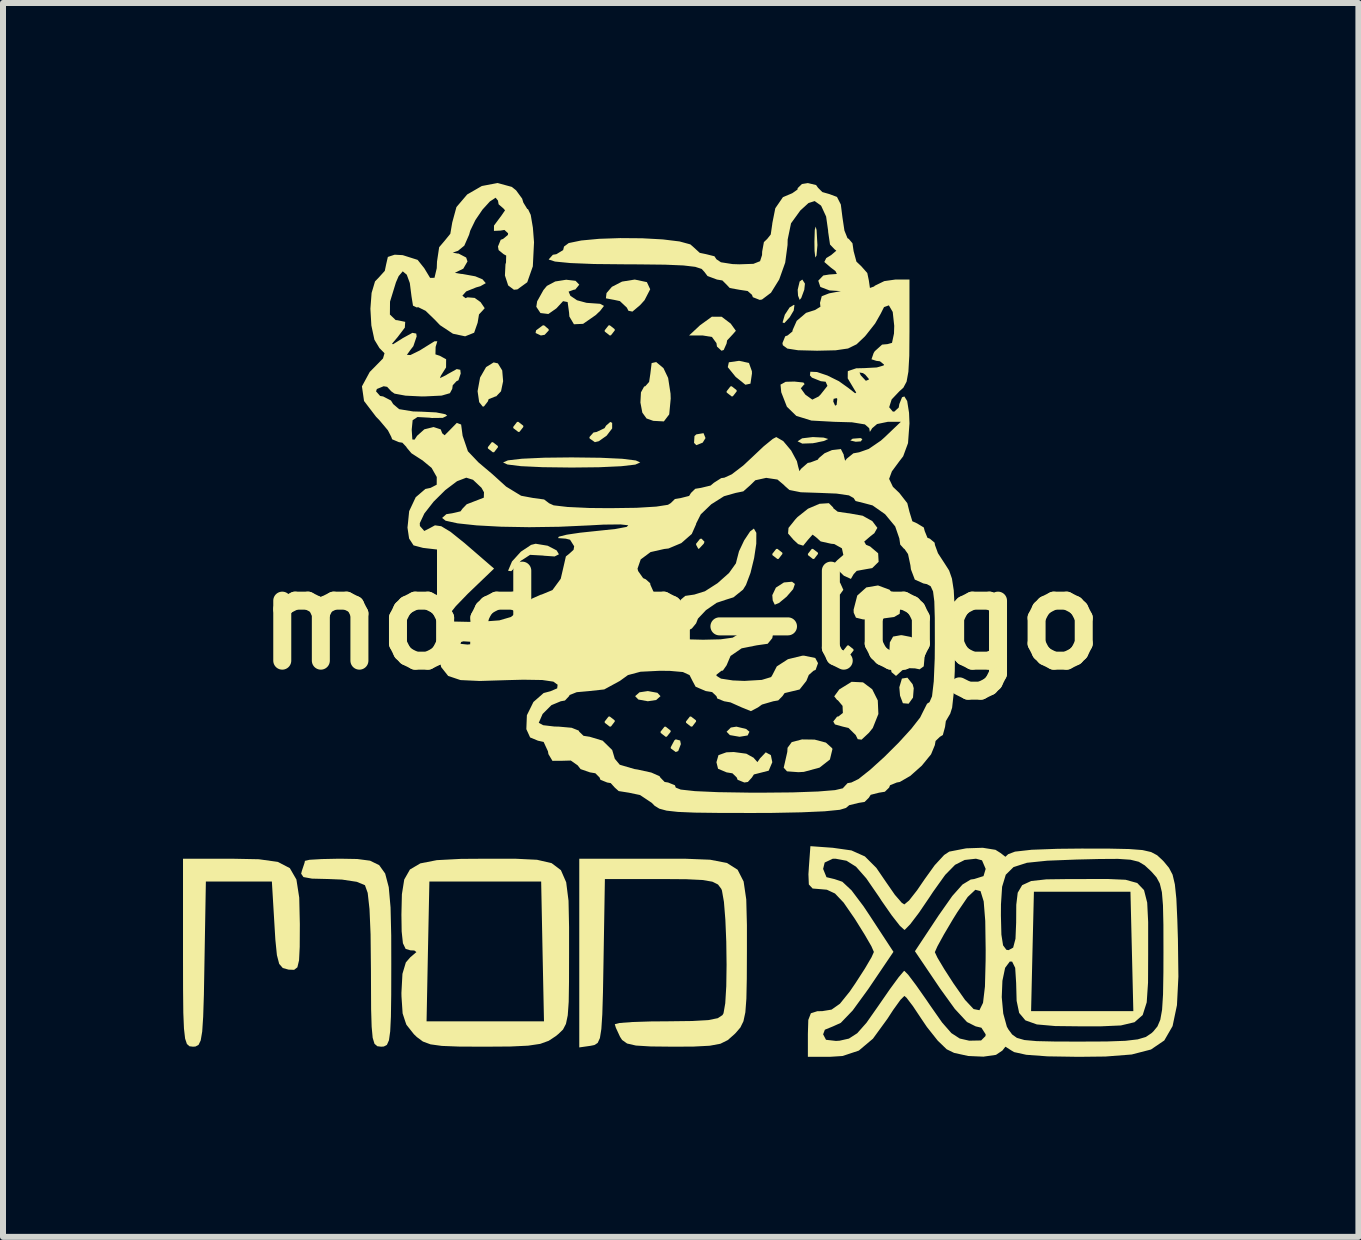
<source format=kicad_pcb>
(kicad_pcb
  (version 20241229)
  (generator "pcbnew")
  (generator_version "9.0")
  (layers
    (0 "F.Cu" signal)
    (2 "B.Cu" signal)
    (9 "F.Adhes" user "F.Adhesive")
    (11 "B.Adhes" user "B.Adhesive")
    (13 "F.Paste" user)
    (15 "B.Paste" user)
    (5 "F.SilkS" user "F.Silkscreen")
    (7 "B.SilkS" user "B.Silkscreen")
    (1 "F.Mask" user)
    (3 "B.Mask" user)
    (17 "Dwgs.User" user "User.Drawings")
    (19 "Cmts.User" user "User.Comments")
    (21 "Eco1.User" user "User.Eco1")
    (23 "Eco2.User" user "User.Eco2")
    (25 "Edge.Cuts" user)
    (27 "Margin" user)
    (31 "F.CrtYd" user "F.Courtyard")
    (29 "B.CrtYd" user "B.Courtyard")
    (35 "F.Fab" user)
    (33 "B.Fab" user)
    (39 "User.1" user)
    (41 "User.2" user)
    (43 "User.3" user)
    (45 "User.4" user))
  (footprint "modxo-logo"
    (layer "F.Cu")
    (at 8.297 7.282)
    (property "Reference" "modxo-logo" (at 0 0 0) (layer "F.SilkS") (effects (font (size 1.5 1.5) (thickness 0.3))))
    (attr board_only exclude_from_pos_files exclude_from_bom)
    (fp_poly (pts (xy 3.025 -3.014) (xy 3 -2.976) (xy 2.914 -2.97) (xy 2.824 -2.991) (xy 2.863 -3.021) (xy 2.995 -3.031)) (stroke (width 0) (type solid)) (fill yes) (layer "F.SilkS"))
    (fp_poly (pts (xy 0.411 -3.031) (xy 0.364 -2.955) (xy 0.258 -2.913) (xy 0.22 -2.95) (xy 0.227 -3.065) (xy 0.258 -3.093) (xy 0.378 -3.113)) (stroke (width 0) (type solid)) (fill yes) (layer "F.SilkS"))
    (fp_poly (pts (xy -3.05 -2.899) (xy -3.048 -2.879) (xy -3.112 -2.796) (xy -3.133 -2.794) (xy -3.215 -2.858) (xy -3.217 -2.879) (xy -3.153 -2.961) (xy -3.133 -2.963)) (stroke (width 0) (type solid)) (fill yes) (layer "F.SilkS"))
    (fp_poly (pts (xy -2.627 -3.238) (xy -2.625 -3.217) (xy -2.689 -3.135) (xy -2.709 -3.133) (xy -2.792 -3.197) (xy -2.794 -3.217) (xy -2.73 -3.3) (xy -2.709 -3.302)) (stroke (width 0) (type solid)) (fill yes) (layer "F.SilkS"))
    (fp_poly (pts (xy -2.204 -4.846) (xy -2.201 -4.826) (xy -2.27 -4.752) (xy -2.333 -4.741) (xy -2.421 -4.782) (xy -2.413 -4.826) (xy -2.305 -4.907) (xy -2.281 -4.911)) (stroke (width 0) (type solid)) (fill yes) (layer "F.SilkS"))
    (fp_poly (pts (xy -1.103 -4.846) (xy -1.101 -4.826) (xy -1.165 -4.744) (xy -1.185 -4.741) (xy -1.268 -4.806) (xy -1.27 -4.826) (xy -1.206 -4.908) (xy -1.185 -4.911)) (stroke (width 0) (type solid)) (fill yes) (layer "F.SilkS"))
    (fp_poly (pts (xy -1.103 1.673) (xy -1.101 1.693) (xy -1.165 1.776) (xy -1.185 1.778) (xy -1.268 1.714) (xy -1.27 1.693) (xy -1.206 1.611) (xy -1.185 1.609)) (stroke (width 0) (type solid)) (fill yes) (layer "F.SilkS"))
    (fp_poly (pts (xy -0.391 1.214) (xy -0.339 1.27) (xy -0.411 1.334) (xy -0.55 1.355) (xy -0.709 1.326) (xy -0.762 1.27) (xy -0.69 1.206) (xy -0.55 1.185)) (stroke (width 0) (type solid)) (fill yes) (layer "F.SilkS"))
    (fp_poly (pts (xy -0.172 1.842) (xy -0.169 1.863) (xy -0.234 1.945) (xy -0.254 1.947) (xy -0.336 1.883) (xy -0.339 1.863) (xy -0.274 1.78) (xy -0.254 1.778)) (stroke (width 0) (type solid)) (fill yes) (layer "F.SilkS"))
    (fp_poly (pts (xy -0.012 2.009) (xy 0 2.069) (xy -0.044 2.185) (xy -0.085 2.201) (xy -0.167 2.141) (xy -0.169 2.122) (xy -0.108 2.007) (xy -0.085 1.99)) (stroke (width 0) (type solid)) (fill yes) (layer "F.SilkS"))
    (fp_poly (pts (xy 0.252 1.673) (xy 0.254 1.693) (xy 0.19 1.776) (xy 0.169 1.778) (xy 0.087 1.714) (xy 0.085 1.693) (xy 0.149 1.611) (xy 0.169 1.609)) (stroke (width 0) (type solid)) (fill yes) (layer "F.SilkS"))
    (fp_poly (pts (xy 0.394 -1.303) (xy 0.381 -1.27) (xy 0.305 -1.189) (xy 0.291 -1.185) (xy 0.255 -1.251) (xy 0.254 -1.27) (xy 0.319 -1.351) (xy 0.344 -1.355)) (stroke (width 0) (type solid)) (fill yes) (layer "F.SilkS"))
    (fp_poly (pts (xy 0.929 -3.83) (xy 0.931 -3.81) (xy 0.867 -3.728) (xy 0.847 -3.725) (xy 0.764 -3.79) (xy 0.762 -3.81) (xy 0.826 -3.892) (xy 0.847 -3.895)) (stroke (width 0) (type solid)) (fill yes) (layer "F.SilkS"))
    (fp_poly (pts (xy 1.088 1.817) (xy 1.143 1.863) (xy 1.113 1.925) (xy 0.979 1.947) (xy 0.817 1.919) (xy 0.762 1.863) (xy 0.833 1.793) (xy 0.926 1.778)) (stroke (width 0) (type solid)) (fill yes) (layer "F.SilkS"))
    (fp_poly (pts (xy 1.691 -1.121) (xy 1.693 -1.101) (xy 1.629 -1.018) (xy 1.609 -1.016) (xy 1.526 -1.08) (xy 1.524 -1.101) (xy 1.588 -1.183) (xy 1.609 -1.185)) (stroke (width 0) (type solid)) (fill yes) (layer "F.SilkS"))
    (fp_poly (pts (xy 1.893 -5.247) (xy 1.881 -5.157) (xy 1.813 -5.043) (xy 1.724 -4.947) (xy 1.695 -4.958) (xy 1.733 -5.087) (xy 1.812 -5.208) (xy 1.885 -5.252)) (stroke (width 0) (type solid)) (fill yes) (layer "F.SilkS"))
    (fp_poly (pts (xy 2.068 -5.605) (xy 2.057 -5.503) (xy 2.007 -5.367) (xy 1.98 -5.334) (xy 1.953 -5.405) (xy 1.947 -5.503) (xy 1.98 -5.641) (xy 2.024 -5.673)) (stroke (width 0) (type solid)) (fill yes) (layer "F.SilkS"))
    (fp_poly (pts (xy 2.262 -6.497) (xy 2.276 -6.247) (xy 2.261 -6.074) (xy 2.241 -6.04) (xy 2.228 -6.151) (xy 2.226 -6.308) (xy 2.232 -6.5) (xy 2.247 -6.556)) (stroke (width 0) (type solid)) (fill yes) (layer "F.SilkS"))
    (fp_poly (pts (xy 2.284 -1.121) (xy 2.286 -1.101) (xy 2.222 -1.018) (xy 2.201 -1.016) (xy 2.119 -1.08) (xy 2.117 -1.101) (xy 2.181 -1.183) (xy 2.201 -1.185)) (stroke (width 0) (type solid)) (fill yes) (layer "F.SilkS"))
    (fp_poly (pts (xy 2.655 -0.619) (xy 2.708 -0.502) (xy 2.653 -0.426) (xy 2.63 -0.423) (xy 2.514 -0.485) (xy 2.501 -0.502) (xy 2.505 -0.603) (xy 2.595 -0.646)) (stroke (width 0) (type solid)) (fill yes) (layer "F.SilkS"))
    (fp_poly (pts (xy 2.876 0.488) (xy 2.879 0.508) (xy 2.814 0.59) (xy 2.794 0.593) (xy 2.712 0.528) (xy 2.709 0.508) (xy 2.774 0.426) (xy 2.794 0.423)) (stroke (width 0) (type solid)) (fill yes) (layer "F.SilkS"))
    (fp_poly (pts (xy 1.901 -0.6) (xy 1.871 -0.513) (xy 1.763 -0.388) (xy 1.636 -0.283) (xy 1.565 -0.254) (xy 1.531 -0.325) (xy 1.524 -0.413) (xy 1.584 -0.539) (xy 1.718 -0.625) (xy 1.853 -0.637)) (stroke (width 0) (type solid)) (fill yes) (layer "F.SilkS"))
    (fp_poly (pts (xy 3.863 1.072) (xy 3.881 1.138) (xy 3.869 1.294) (xy 3.796 1.396) (xy 3.702 1.388) (xy 3.699 1.384) (xy 3.653 1.262) (xy 3.641 1.122) (xy 3.684 0.977) (xy 3.776 0.962)) (stroke (width 0) (type solid)) (fill yes) (layer "F.SilkS"))
    (fp_poly (pts (xy 1.135 -4.283) (xy 1.184 -4.145) (xy 1.185 -4.106) (xy 1.16 -3.938) (xy 1.076 -3.92) (xy 0.917 -4.048) (xy 0.91 -4.055) (xy 0.782 -4.213) (xy 0.8 -4.294) (xy 0.966 -4.318) (xy 0.974 -4.318)) (stroke (width 0) (type solid)) (fill yes) (layer "F.SilkS"))
    (fp_poly (pts (xy -1.145 -3.285) (xy -1.145 -3.192) (xy -1.237 -3.071) (xy -1.367 -2.979) (xy -1.433 -2.963) (xy -1.52 -3.024) (xy -1.524 -3.048) (xy -1.456 -3.124) (xy -1.404 -3.133) (xy -1.272 -3.196) (xy -1.246 -3.239) (xy -1.176 -3.3)) (stroke (width 0) (type solid)) (fill yes) (layer "F.SilkS"))
    (fp_poly (pts (xy 2.38 -3.039) (xy 2.455 -3.016) (xy 2.455 -3.015) (xy 2.382 -2.982) (xy 2.205 -2.946) (xy 2.201 -2.945) (xy 2.024 -2.939) (xy 1.947 -2.976) (xy 1.947 -2.978) (xy 2.021 -3.027) (xy 2.198 -3.048) (xy 2.201 -3.048)) (stroke (width 0) (type solid)) (fill yes) (layer "F.SilkS"))
    (fp_poly (pts (xy -0.566 -5.63) (xy -0.511 -5.511) (xy -0.605 -5.329) (xy -0.679 -5.247) (xy -0.807 -5.139) (xy -0.874 -5.153) (xy -0.9 -5.205) (xy -1.016 -5.314) (xy -1.11 -5.334) (xy -1.249 -5.36) (xy -1.239 -5.448) (xy -1.149 -5.552) (xy -0.98 -5.639) (xy -0.768 -5.673)) (stroke (width 0) (type solid)) (fill yes) (layer "F.SilkS"))
    (fp_poly (pts (xy 3.478 -0.504) (xy 3.619 -0.325) (xy 3.655 -0.203) (xy 3.647 -0.103) (xy 3.554 -0.049) (xy 3.336 -0.02) (xy 3.281 -0.017) (xy 3.037 -0.009) (xy 2.918 -0.038) (xy 2.881 -0.121) (xy 2.879 -0.171) (xy 2.94 -0.407) (xy 3.091 -0.542) (xy 3.286 -0.575)) (stroke (width 0) (type solid)) (fill yes) (layer "F.SilkS"))
    (fp_poly (pts (xy 0.68 -5.053) (xy 0.831 -4.939) (xy 0.917 -4.819) (xy 0.867 -4.762) (xy 0.771 -4.659) (xy 0.762 -4.607) (xy 0.714 -4.499) (xy 0.677 -4.487) (xy 0.602 -4.556) (xy 0.593 -4.614) (xy 0.518 -4.716) (xy 0.365 -4.741) (xy 0.137 -4.741) (xy 0.319 -4.911) (xy 0.517 -5.054)) (stroke (width 0) (type solid)) (fill yes) (layer "F.SilkS"))
    (fp_poly (pts (xy 2.229 1.994) (xy 2.417 2.044) (xy 2.522 2.138) (xy 2.526 2.154) (xy 2.484 2.326) (xy 2.312 2.461) (xy 2.049 2.532) (xy 1.959 2.537) (xy 1.769 2.523) (xy 1.714 2.462) (xy 1.727 2.406) (xy 1.774 2.199) (xy 1.778 2.131) (xy 1.848 2.036) (xy 2.019 1.991)) (stroke (width 0) (type solid)) (fill yes) (layer "F.SilkS"))
    (fp_poly (pts (xy -3.049 -4.276) (xy -2.977 -4.158) (xy -2.962 -3.979) (xy -2.997 -3.811) (xy -3.078 -3.726) (xy -3.09 -3.725) (xy -3.203 -3.68) (xy -3.217 -3.641) (xy -3.282 -3.558) (xy -3.302 -3.556) (xy -3.361 -3.63) (xy -3.387 -3.808) (xy -3.387 -3.816) (xy -3.346 -4.04) (xy -3.246 -4.214) (xy -3.12 -4.292)) (stroke (width 0) (type solid)) (fill yes) (layer "F.SilkS"))
    (fp_poly (pts (xy -2.22 -1.237) (xy -2.07 -1.159) (xy -2.032 -1.094) (xy -2.104 -1.058) (xy -2.278 -1.07) (xy -2.297 -1.073) (xy -2.513 -1.085) (xy -2.665 -0.987) (xy -2.719 -0.923) (xy -2.826 -0.813) (xy -2.876 -0.818) (xy -2.877 -0.826) (xy -2.814 -0.975) (xy -2.666 -1.138) (xy -2.496 -1.251) (xy -2.42 -1.27)) (stroke (width 0) (type solid)) (fill yes) (layer "F.SilkS"))
    (fp_poly (pts (xy -1.338 -2.703) (xy -0.975 -2.686) (xy -0.75 -2.658) (xy -0.677 -2.625) (xy -0.759 -2.589) (xy -0.993 -2.562) (xy -1.364 -2.545) (xy -1.82 -2.54) (xy -2.303 -2.546) (xy -2.666 -2.563) (xy -2.891 -2.591) (xy -2.963 -2.625) (xy -2.882 -2.66) (xy -2.647 -2.687) (xy -2.277 -2.704) (xy -1.82 -2.709)) (stroke (width 0) (type solid)) (fill yes) (layer "F.SilkS"))
    (fp_poly (pts (xy -0.29 -4.197) (xy -0.212 -4.033) (xy -0.172 -3.772) (xy -0.169 -3.689) (xy -0.194 -3.426) (xy -0.283 -3.309) (xy -0.459 -3.318) (xy -0.572 -3.358) (xy -0.642 -3.455) (xy -0.674 -3.624) (xy -0.665 -3.793) (xy -0.612 -3.89) (xy -0.593 -3.895) (xy -0.529 -3.967) (xy -0.508 -4.106) (xy -0.487 -4.281) (xy -0.411 -4.298)) (stroke (width 0) (type solid)) (fill yes) (layer "F.SilkS"))
    (fp_poly (pts (xy 3.842 0.285) (xy 3.895 0.344) (xy 3.947 0.394) (xy 3.979 0.381) (xy 4.039 0.414) (xy 4.064 0.58) (xy 4.064 0.593) (xy 4.048 0.773) (xy 3.979 0.823) (xy 3.902 0.807) (xy 3.746 0.802) (xy 3.685 0.843) (xy 3.586 0.933) (xy 3.511 0.87) (xy 3.473 0.67) (xy 3.471 0.593) (xy 3.483 0.374) (xy 3.537 0.277) (xy 3.665 0.254) (xy 3.683 0.254)) (stroke (width 0) (type solid)) (fill yes) (layer "F.SilkS"))
    (fp_poly (pts (xy 3.036 1.04) (xy 3.189 1.155) (xy 3.282 1.341) (xy 3.292 1.567) (xy 3.199 1.8) (xy 3.135 1.88) (xy 3.012 1.995) (xy 2.948 1.987) (xy 2.914 1.918) (xy 2.794 1.8) (xy 2.7 1.778) (xy 2.568 1.741) (xy 2.54 1.693) (xy 2.604 1.611) (xy 2.625 1.609) (xy 2.7 1.55) (xy 2.695 1.432) (xy 2.616 1.338) (xy 2.604 1.334) (xy 2.556 1.273) (xy 2.641 1.157) (xy 2.846 1.031)) (stroke (width 0) (type solid)) (fill yes) (layer "F.SilkS"))
    (fp_poly (pts (xy 1.091 2.229) (xy 1.215 2.298) (xy 1.221 2.307) (xy 1.276 2.369) (xy 1.319 2.307) (xy 1.415 2.206) (xy 1.5 2.253) (xy 1.524 2.371) (xy 1.464 2.512) (xy 1.355 2.54) (xy 1.217 2.575) (xy 1.185 2.625) (xy 1.117 2.7) (xy 1.058 2.709) (xy 0.946 2.664) (xy 0.931 2.625) (xy 0.86 2.556) (xy 0.762 2.54) (xy 0.62 2.48) (xy 0.593 2.371) (xy 0.627 2.253) (xy 0.759 2.206) (xy 0.882 2.201)) (stroke (width 0) (type solid)) (fill yes) (layer "F.SilkS"))
    (fp_poly (pts (xy -1.755 -5.652) (xy -1.693 -5.588) (xy -1.759 -5.507) (xy -1.785 -5.503) (xy -1.871 -5.472) (xy -1.841 -5.402) (xy -1.731 -5.328) (xy -1.576 -5.286) (xy -1.56 -5.284) (xy -1.346 -5.269) (xy -1.281 -5.234) (xy -1.345 -5.151) (xy -1.42 -5.08) (xy -1.629 -4.935) (xy -1.782 -4.928) (xy -1.858 -5.057) (xy -1.863 -5.122) (xy -1.887 -5.298) (xy -1.963 -5.313) (xy -2.074 -5.193) (xy -2.208 -5.099) (xy -2.34 -5.115) (xy -2.409 -5.219) (xy -2.395 -5.31) (xy -2.29 -5.498) (xy -2.233 -5.567) (xy -2.094 -5.641) (xy -1.911 -5.67)) (stroke (width 0) (type solid)) (fill yes) (layer "F.SilkS"))
    (fp_poly (pts (xy -7.034 3.988) (xy -6.718 4.032) (xy -6.517 4.136) (xy -6.407 4.326) (xy -6.36 4.628) (xy -6.35 5.066) (xy -6.35 5.086) (xy -6.352 5.448) (xy -6.363 5.672) (xy -6.391 5.789) (xy -6.445 5.831) (xy -6.532 5.828) (xy -6.54 5.827) (xy -6.634 5.801) (xy -6.694 5.732) (xy -6.732 5.586) (xy -6.758 5.328) (xy -6.773 5.08) (xy -6.816 4.36) (xy -7.366 4.36) (xy -7.916 4.36) (xy -7.94 5.736) (xy -7.949 6.248) (xy -7.961 6.614) (xy -7.977 6.859) (xy -8.002 7.007) (xy -8.038 7.082) (xy -8.089 7.109) (xy -8.13 7.112) (xy -8.189 7.105) (xy -8.232 7.067) (xy -8.262 6.977) (xy -8.281 6.811) (xy -8.292 6.547) (xy -8.296 6.163) (xy -8.297 5.635) (xy -8.297 5.546) (xy -8.297 3.979) (xy -7.493 3.979)) (stroke (width 0) (type solid)) (fill yes) (layer "F.SilkS"))
    (fp_poly (pts (xy -5.393 3.984) (xy -5.18 4.012) (xy -5.028 4.086) (xy -4.928 4.226) (xy -4.868 4.454) (xy -4.838 4.792) (xy -4.827 5.261) (xy -4.826 5.734) (xy -4.827 6.245) (xy -4.832 6.612) (xy -4.844 6.857) (xy -4.865 7.006) (xy -4.899 7.082) (xy -4.95 7.109) (xy -4.995 7.112) (xy -5.06 7.104) (xy -5.106 7.063) (xy -5.136 6.964) (xy -5.153 6.782) (xy -5.162 6.492) (xy -5.164 6.07) (xy -5.165 5.817) (xy -5.171 5.237) (xy -5.189 4.818) (xy -5.219 4.549) (xy -5.264 4.423) (xy -5.266 4.42) (xy -5.402 4.364) (xy -5.647 4.327) (xy -5.868 4.318) (xy -6.147 4.311) (xy -6.29 4.285) (xy -6.328 4.229) (xy -6.317 4.184) (xy -6.272 4.049) (xy -6.265 4.015) (xy -6.188 3.997) (xy -5.984 3.985) (xy -5.697 3.979) (xy -5.677 3.979)) (stroke (width 0) (type solid)) (fill yes) (layer "F.SilkS"))
    (fp_poly (pts (xy 2.539 -1.874) (xy 2.54 -1.863) (xy 2.614 -1.804) (xy 2.792 -1.778) (xy 2.8 -1.778) (xy 3.03 -1.737) (xy 3.191 -1.647) (xy 3.275 -1.535) (xy 3.224 -1.445) (xy 3.164 -1.399) (xy 3.056 -1.306) (xy 3.086 -1.253) (xy 3.154 -1.225) (xy 3.288 -1.111) (xy 3.296 -0.969) (xy 3.189 -0.864) (xy 3.09 -0.847) (xy 2.931 -0.818) (xy 2.879 -0.762) (xy 2.834 -0.684) (xy 2.717 -0.737) (xy 2.628 -0.823) (xy 2.555 -0.942) (xy 2.607 -0.996) (xy 2.708 -1.084) (xy 2.684 -1.194) (xy 2.557 -1.265) (xy 2.505 -1.27) (xy 2.33 -1.309) (xy 2.256 -1.376) (xy 2.195 -1.422) (xy 2.119 -1.336) (xy 2.039 -1.238) (xy 1.955 -1.264) (xy 1.877 -1.336) (xy 1.787 -1.441) (xy 1.794 -1.534) (xy 1.907 -1.675) (xy 1.943 -1.714) (xy 2.119 -1.854) (xy 2.311 -1.936) (xy 2.467 -1.946)) (stroke (width 0) (type solid)) (fill yes) (layer "F.SilkS"))
    (fp_poly (pts (xy -2.746 3.98) (xy -2.397 3.997) (xy -2.154 4.053) (xy -1.999 4.17) (xy -1.911 4.372) (xy -1.872 4.68) (xy -1.863 5.117) (xy -1.863 5.558) (xy -1.864 6.032) (xy -1.869 6.365) (xy -1.885 6.589) (xy -1.915 6.732) (xy -1.964 6.826) (xy -2.038 6.898) (xy -2.086 6.937) (xy -2.203 7.014) (xy -2.344 7.065) (xy -2.546 7.095) (xy -2.844 7.109) (xy -3.275 7.112) (xy -3.275 7.112) (xy -3.696 7.11) (xy -3.983 7.099) (xy -4.172 7.073) (xy -4.299 7.026) (xy -4.399 6.952) (xy -4.449 6.904) (xy -4.574 6.746) (xy -4.594 6.689) (xy -4.238 6.689) (xy -3.26 6.689) (xy -2.281 6.689) (xy -2.305 5.524) (xy -2.328 4.36) (xy -3.26 4.36) (xy -4.191 4.36) (xy -4.215 5.524) (xy -4.238 6.689) (xy -4.594 6.689) (xy -4.637 6.557) (xy -4.656 6.273) (xy -4.657 6.215) (xy -4.64 5.898) (xy -4.583 5.707) (xy -4.508 5.621) (xy -4.407 5.535) (xy -4.442 5.509) (xy -4.508 5.506) (xy -4.587 5.482) (xy -4.632 5.388) (xy -4.653 5.191) (xy -4.657 4.911) (xy -4.649 4.571) (xy -4.61 4.326) (xy -4.515 4.159) (xy -4.342 4.057) (xy -4.067 4.003) (xy -3.665 3.982) (xy -3.222 3.979)) (stroke (width 0) (type solid)) (fill yes) (layer "F.SilkS"))
    (fp_poly (pts (xy 0.085 3.98) (xy 0.488 3.996) (xy 0.768 4.05) (xy 0.946 4.163) (xy 1.046 4.359) (xy 1.09 4.658) (xy 1.101 5.084) (xy 1.101 5.507) (xy 1.099 5.979) (xy 1.092 6.313) (xy 1.075 6.539) (xy 1.043 6.688) (xy 0.992 6.792) (xy 0.916 6.881) (xy 0.893 6.904) (xy 0.782 7.002) (xy 0.659 7.063) (xy 0.482 7.096) (xy 0.212 7.11) (xy -0.12 7.112) (xy -0.502 7.108) (xy -0.749 7.093) (xy -0.896 7.059) (xy -0.979 7) (xy -1.013 6.948) (xy -1.083 6.797) (xy -1.101 6.737) (xy -1.022 6.717) (xy -0.809 6.701) (xy -0.497 6.691) (xy -0.221 6.689) (xy 0.187 6.684) (xy 0.456 6.669) (xy 0.615 6.637) (xy 0.693 6.586) (xy 0.711 6.555) (xy 0.74 6.388) (xy 0.757 6.103) (xy 0.762 5.747) (xy 0.757 5.363) (xy 0.742 4.999) (xy 0.718 4.699) (xy 0.685 4.51) (xy 0.674 4.482) (xy 0.619 4.409) (xy 0.525 4.362) (xy 0.361 4.334) (xy 0.093 4.321) (xy -0.31 4.318) (xy -0.34 4.318) (xy -1.266 4.318) (xy -1.289 5.694) (xy -1.298 6.205) (xy -1.309 6.571) (xy -1.325 6.817) (xy -1.349 6.968) (xy -1.386 7.049) (xy -1.44 7.084) (xy -1.503 7.097) (xy -1.693 7.124) (xy -1.693 5.552) (xy -1.693 3.979) (xy -0.466 3.979)) (stroke (width 0) (type solid)) (fill yes) (layer "F.SilkS"))
    (fp_poly (pts (xy 2.532 3.797) (xy 2.843 3.841) (xy 3.067 3.941) (xy 3.258 4.132) (xy 3.422 4.372) (xy 3.567 4.581) (xy 3.683 4.715) (xy 3.724 4.741) (xy 3.803 4.676) (xy 3.937 4.505) (xy 4.062 4.322) (xy 4.231 4.087) (xy 4.388 3.917) (xy 4.473 3.861) (xy 4.756 3.806) (xy 5.032 3.797) (xy 5.244 3.831) (xy 5.328 3.884) (xy 5.409 3.947) (xy 5.455 3.904) (xy 5.569 3.861) (xy 5.846 3.83) (xy 6.28 3.814) (xy 6.679 3.81) (xy 7.145 3.811) (xy 7.472 3.818) (xy 7.693 3.835) (xy 7.837 3.868) (xy 7.937 3.921) (xy 8.023 4) (xy 8.05 4.028) (xy 8.135 4.131) (xy 8.195 4.245) (xy 8.233 4.406) (xy 8.258 4.646) (xy 8.274 4.999) (xy 8.284 5.318) (xy 8.292 5.944) (xy 8.268 6.42) (xy 8.195 6.769) (xy 8.057 7.008) (xy 7.835 7.159) (xy 7.514 7.242) (xy 7.076 7.276) (xy 6.625 7.281) (xy 6.111 7.273) (xy 5.757 7.247) (xy 5.554 7.202) (xy 5.51 7.176) (xy 5.409 7.112) (xy 5.359 7.176) (xy 5.252 7.248) (xy 5.042 7.278) (xy 4.789 7.267) (xy 4.553 7.215) (xy 4.43 7.155) (xy 4.281 7.011) (xy 4.101 6.784) (xy 4.009 6.648) (xy 3.867 6.435) (xy 3.761 6.296) (xy 3.725 6.266) (xy 3.66 6.331) (xy 3.539 6.499) (xy 3.442 6.648) (xy 3.201 6.979) (xy 2.966 7.177) (xy 2.696 7.267) (xy 2.479 7.281) (xy 2.117 7.281) (xy 2.117 6.9) (xy 2.124 6.666) (xy 2.167 6.555) (xy 2.273 6.521) (xy 2.359 6.519) (xy 2.512 6.494) (xy 2.651 6.396) (xy 2.814 6.194) (xy 2.909 6.055) (xy 3.067 5.81) (xy 3.178 5.621) (xy 3.217 5.533) (xy 3.175 5.437) (xy 3.062 5.242) (xy 2.905 4.99) (xy 2.9 4.982) (xy 2.713 4.711) (xy 2.569 4.559) (xy 2.434 4.496) (xy 2.345 4.488) (xy 2.196 4.476) (xy 2.133 4.408) (xy 2.126 4.239) (xy 2.132 4.149) (xy 2.371 4.149) (xy 2.427 4.287) (xy 2.561 4.319) (xy 2.691 4.363) (xy 2.844 4.506) (xy 3.043 4.77) (xy 3.147 4.926) (xy 3.543 5.531) (xy 3.123 6.152) (xy 2.863 6.509) (xy 2.665 6.715) (xy 2.537 6.773) (xy 2.4 6.829) (xy 2.371 6.906) (xy 2.419 6.997) (xy 2.585 7.016) (xy 2.646 7.012) (xy 2.801 6.977) (xy 2.939 6.888) (xy 3.094 6.713) (xy 3.298 6.422) (xy 3.302 6.416) (xy 3.484 6.153) (xy 3.63 5.954) (xy 3.715 5.854) (xy 3.725 5.848) (xy 3.789 5.913) (xy 3.92 6.087) (xy 4.094 6.335) (xy 4.149 6.416) (xy 4.354 6.709) (xy 4.509 6.886) (xy 4.648 6.976) (xy 4.802 7.011) (xy 4.805 7.012) (xy 5.004 7.008) (xy 5.077 6.935) (xy 5.08 6.906) (xy 5.009 6.796) (xy 4.913 6.773) (xy 4.769 6.701) (xy 4.566 6.482) (xy 4.324 6.147) (xy 3.912 5.537) (xy 4.233 5.537) (xy 4.277 5.63) (xy 4.391 5.821) (xy 4.542 6.055) (xy 4.736 6.332) (xy 4.879 6.485) (xy 4.976 6.504) (xy 5.036 6.381) (xy 5.068 6.109) (xy 5.079 5.678) (xy 5.08 5.503) (xy 5.073 5.015) (xy 5.066 4.927) (xy 5.334 4.927) (xy 5.342 5.244) (xy 5.37 5.423) (xy 5.425 5.497) (xy 5.461 5.503) (xy 5.538 5.461) (xy 5.577 5.313) (xy 5.588 5.045) (xy 5.59 4.748) (xy 5.614 4.546) (xy 5.688 4.42) (xy 5.838 4.351) (xy 6.091 4.323) (xy 6.475 4.318) (xy 6.688 4.318) (xy 7.113 4.317) (xy 7.411 4.33) (xy 7.606 4.384) (xy 7.719 4.502) (xy 7.772 4.711) (xy 7.788 5.034) (xy 7.788 5.499) (xy 7.788 5.572) (xy 7.786 6.044) (xy 7.764 6.373) (xy 7.697 6.584) (xy 7.561 6.704) (xy 7.333 6.758) (xy 6.99 6.773) (xy 6.689 6.773) (xy 6.24 6.768) (xy 5.933 6.741) (xy 5.742 6.673) (xy 5.638 6.549) (xy 5.632 6.519) (xy 5.837 6.519) (xy 6.689 6.519) (xy 7.541 6.519) (xy 7.517 5.524) (xy 7.493 4.53) (xy 6.689 4.53) (xy 5.884 4.53) (xy 5.86 5.524) (xy 5.837 6.519) (xy 5.632 6.519) (xy 5.596 6.348) (xy 5.588 6.055) (xy 5.588 6.052) (xy 5.572 5.798) (xy 5.521 5.694) (xy 5.482 5.693) (xy 5.404 5.798) (xy 5.359 6.014) (xy 5.348 6.286) (xy 5.373 6.559) (xy 5.433 6.778) (xy 5.458 6.823) (xy 5.521 6.908) (xy 5.6 6.965) (xy 5.726 7.001) (xy 5.929 7.019) (xy 6.243 7.026) (xy 6.648 7.027) (xy 7.096 7.025) (xy 7.408 7.014) (xy 7.614 6.99) (xy 7.749 6.95) (xy 7.843 6.887) (xy 7.874 6.858) (xy 7.943 6.774) (xy 7.99 6.664) (xy 8.02 6.497) (xy 8.036 6.242) (xy 8.042 5.869) (xy 8.043 5.542) (xy 8.042 5.08) (xy 8.035 4.755) (xy 8.017 4.537) (xy 7.982 4.392) (xy 7.927 4.29) (xy 7.846 4.198) (xy 7.828 4.18) (xy 7.731 4.09) (xy 7.631 4.03) (xy 7.494 3.996) (xy 7.286 3.982) (xy 6.973 3.984) (xy 6.594 3.993) (xy 6.108 4.012) (xy 5.767 4.047) (xy 5.544 4.119) (xy 5.415 4.246) (xy 5.354 4.447) (xy 5.335 4.74) (xy 5.334 4.927) (xy 5.066 4.927) (xy 5.047 4.69) (xy 4.994 4.519) (xy 4.908 4.497) (xy 4.781 4.616) (xy 4.607 4.871) (xy 4.536 4.985) (xy 4.384 5.242) (xy 4.276 5.439) (xy 4.233 5.536) (xy 4.233 5.537) (xy 3.912 5.537) (xy 3.901 5.521) (xy 4.299 4.92) (xy 4.524 4.6) (xy 4.694 4.409) (xy 4.831 4.326) (xy 4.888 4.318) (xy 5.044 4.269) (xy 5.08 4.149) (xy 5.019 4.006) (xy 4.918 3.979) (xy 4.73 4) (xy 4.57 4.081) (xy 4.405 4.249) (xy 4.202 4.533) (xy 4.144 4.621) (xy 3.968 4.88) (xy 3.822 5.072) (xy 3.734 5.162) (xy 3.725 5.165) (xy 3.652 5.099) (xy 3.515 4.924) (xy 3.342 4.676) (xy 3.307 4.621) (xy 3.09 4.306) (xy 2.919 4.112) (xy 2.761 4.013) (xy 2.583 3.98) (xy 2.533 3.979) (xy 2.397 4.043) (xy 2.371 4.149) (xy 2.132 4.149) (xy 2.133 4.129) (xy 2.159 3.77)) (stroke (width 0) (type solid)) (fill yes) (layer "F.SilkS"))
    (fp_poly (pts (xy -2.817 -7.217) (xy -2.746 -7.16) (xy -2.645 -7.022) (xy -2.625 -6.956) (xy -2.56 -6.85) (xy -2.546 -6.844) (xy -2.502 -6.751) (xy -2.466 -6.538) (xy -2.447 -6.295) (xy -2.467 -5.893) (xy -2.56 -5.628) (xy -2.724 -5.509) (xy -2.782 -5.503) (xy -2.878 -5.575) (xy -2.932 -5.741) (xy -2.923 -5.928) (xy -2.914 -5.957) (xy -2.911 -6.073) (xy -2.954 -6.096) (xy -3.037 -6.164) (xy -3.048 -6.223) (xy -3.002 -6.336) (xy -2.963 -6.35) (xy -2.883 -6.416) (xy -2.879 -6.444) (xy -2.94 -6.5) (xy -3.006 -6.489) (xy -3.115 -6.484) (xy -3.114 -6.573) (xy -3.004 -6.721) (xy -3 -6.725) (xy -2.93 -6.827) (xy -2.957 -6.858) (xy -3.037 -6.927) (xy -3.048 -6.989) (xy -3.087 -7.037) (xy -3.182 -6.975) (xy -3.305 -6.84) (xy -3.424 -6.665) (xy -3.51 -6.488) (xy -3.529 -6.42) (xy -3.609 -6.238) (xy -3.714 -6.152) (xy -3.802 -6.122) (xy -3.725 -6.107) (xy -3.704 -6.106) (xy -3.578 -6.04) (xy -3.556 -5.975) (xy -3.626 -5.854) (xy -3.704 -5.816) (xy -3.766 -5.785) (xy -3.661 -5.767) (xy -3.641 -5.766) (xy -3.426 -5.727) (xy -3.306 -5.677) (xy -3.251 -5.613) (xy -3.341 -5.562) (xy -3.412 -5.542) (xy -3.578 -5.475) (xy -3.641 -5.404) (xy -3.588 -5.363) (xy -3.555 -5.377) (xy -3.436 -5.367) (xy -3.338 -5.297) (xy -3.269 -5.196) (xy -3.296 -5.165) (xy -3.364 -5.092) (xy -3.387 -4.953) (xy -3.445 -4.787) (xy -3.595 -4.727) (xy -3.798 -4.77) (xy -4.014 -4.913) (xy -4.098 -5.001) (xy -4.254 -5.152) (xy -4.378 -5.213) (xy -4.402 -5.208) (xy -4.464 -5.238) (xy -4.489 -5.393) (xy -4.517 -5.615) (xy -4.568 -5.754) (xy -4.635 -5.81) (xy -4.703 -5.73) (xy -4.748 -5.627) (xy -4.847 -5.305) (xy -4.849 -5.09) (xy -4.753 -4.998) (xy -4.723 -4.995) (xy -4.594 -4.968) (xy -4.6 -4.872) (xy -4.72 -4.714) (xy -4.813 -4.604) (xy -4.798 -4.594) (xy -4.66 -4.68) (xy -4.636 -4.696) (xy -4.474 -4.785) (xy -4.41 -4.773) (xy -4.403 -4.726) (xy -4.458 -4.563) (xy -4.504 -4.504) (xy -4.566 -4.418) (xy -4.507 -4.415) (xy -4.352 -4.491) (xy -4.256 -4.551) (xy -4.104 -4.645) (xy -4.059 -4.644) (xy -4.087 -4.551) (xy -4.09 -4.426) (xy -4.019 -4.403) (xy -3.912 -4.345) (xy -3.913 -4.208) (xy -4 -4.07) (xy -4.015 -4.03) (xy -3.913 -4.08) (xy -3.888 -4.096) (xy -3.735 -4.181) (xy -3.676 -4.169) (xy -3.669 -4.107) (xy -3.707 -3.994) (xy -3.739 -3.979) (xy -3.802 -3.911) (xy -3.81 -3.852) (xy -3.849 -3.779) (xy -3.987 -3.739) (xy -4.257 -3.726) (xy -4.318 -3.725) (xy -4.589 -3.738) (xy -4.772 -3.772) (xy -4.826 -3.81) (xy -4.895 -3.885) (xy -4.953 -3.895) (xy -5.066 -3.849) (xy -5.08 -3.81) (xy -5.012 -3.733) (xy -4.962 -3.725) (xy -4.831 -3.657) (xy -4.795 -3.598) (xy -4.695 -3.513) (xy -4.462 -3.475) (xy -4.321 -3.471) (xy -4.078 -3.459) (xy -3.924 -3.428) (xy -3.895 -3.404) (xy -3.968 -3.368) (xy -4.15 -3.366) (xy -4.191 -3.371) (xy -4.389 -3.382) (xy -4.47 -3.329) (xy -4.485 -3.176) (xy -4.485 -3.163) (xy -4.475 -3.008) (xy -4.438 -3.005) (xy -4.396 -3.069) (xy -4.275 -3.177) (xy -4.121 -3.215) (xy -4.002 -3.176) (xy -3.977 -3.111) (xy -3.937 -3.078) (xy -3.861 -3.154) (xy -3.734 -3.284) (xy -3.662 -3.257) (xy -3.637 -3.069) (xy -3.549 -2.811) (xy -3.372 -2.625) (xy -3.141 -2.43) (xy -2.929 -2.238) (xy -2.913 -2.223) (xy -2.662 -2.07) (xy -2.459 -2.032) (xy -2.279 -2.008) (xy -2.201 -1.949) (xy -2.201 -1.947) (xy -2.12 -1.91) (xy -1.889 -1.883) (xy -1.527 -1.866) (xy -1.185 -1.863) (xy -0.739 -1.869) (xy -0.409 -1.889) (xy -0.215 -1.919) (xy -0.169 -1.947) (xy -0.098 -2.016) (xy 0 -2.032) (xy 0.138 -2.067) (xy 0.169 -2.117) (xy 0.24 -2.186) (xy 0.334 -2.201) (xy 0.496 -2.24) (xy 0.55 -2.286) (xy 0.673 -2.364) (xy 0.725 -2.371) (xy 0.848 -2.427) (xy 1.038 -2.572) (xy 1.185 -2.709) (xy 1.381 -2.894) (xy 1.532 -3.017) (xy 1.59 -3.048) (xy 1.706 -2.981) (xy 1.838 -2.824) (xy 1.934 -2.646) (xy 1.954 -2.56) (xy 1.976 -2.48) (xy 2.003 -2.519) (xy 2.115 -2.617) (xy 2.159 -2.625) (xy 2.282 -2.671) (xy 2.3 -2.698) (xy 2.395 -2.778) (xy 2.519 -2.831) (xy 2.667 -2.848) (xy 2.715 -2.753) (xy 2.716 -2.736) (xy 2.738 -2.653) (xy 2.765 -2.688) (xy 2.875 -2.777) (xy 2.971 -2.794) (xy 3.131 -2.85) (xy 3.334 -2.989) (xy 3.4 -3.048) (xy 3.666 -3.302) (xy 3.449 -3.302) (xy 3.27 -3.265) (xy 3.189 -3.196) (xy 3.15 -3.134) (xy 3.139 -3.196) (xy 3.067 -3.259) (xy 2.852 -3.294) (xy 2.559 -3.302) (xy 2.176 -3.323) (xy 1.924 -3.401) (xy 1.767 -3.554) (xy 1.733 -3.641) (xy 2.54 -3.641) (xy 2.571 -3.571) (xy 2.596 -3.584) (xy 2.607 -3.685) (xy 2.596 -3.697) (xy 2.546 -3.685) (xy 2.54 -3.641) (xy 1.733 -3.641) (xy 1.673 -3.795) (xy 1.661 -3.922) (xy 1.747 -3.969) (xy 1.892 -3.973) (xy 2.043 -3.957) (xy 2.064 -3.928) (xy 2.054 -3.924) (xy 1.999 -3.86) (xy 2.075 -3.755) (xy 2.191 -3.672) (xy 2.296 -3.724) (xy 2.328 -3.756) (xy 2.443 -3.901) (xy 2.413 -3.97) (xy 2.333 -3.979) (xy 2.184 -4.039) (xy 2.151 -4.076) (xy 2.158 -4.137) (xy 2.269 -4.132) (xy 2.442 -4.074) (xy 2.634 -3.979) (xy 2.791 -3.867) (xy 2.905 -3.778) (xy 2.923 -3.791) (xy 2.91 -3.81) (xy 2.781 -4.026) (xy 2.782 -4.124) (xy 2.977 -4.124) (xy 2.998 -4.077) (xy 3.083 -3.986) (xy 3.132 -4.005) (xy 3.133 -4.017) (xy 3.073 -4.088) (xy 3.035 -4.114) (xy 2.977 -4.124) (xy 2.782 -4.124) (xy 2.783 -4.147) (xy 2.923 -4.194) (xy 3.056 -4.197) (xy 3.265 -4.208) (xy 3.379 -4.241) (xy 3.387 -4.255) (xy 3.318 -4.311) (xy 3.259 -4.318) (xy 3.177 -4.344) (xy 3.213 -4.449) (xy 3.232 -4.479) (xy 3.354 -4.589) (xy 3.444 -4.597) (xy 3.519 -4.618) (xy 3.552 -4.773) (xy 3.556 -4.902) (xy 3.531 -5.133) (xy 3.467 -5.243) (xy 3.386 -5.214) (xy 3.329 -5.101) (xy 3.238 -4.941) (xy 3.084 -4.745) (xy 3.062 -4.72) (xy 2.929 -4.594) (xy 2.786 -4.524) (xy 2.58 -4.494) (xy 2.27 -4.487) (xy 1.953 -4.495) (xy 1.774 -4.523) (xy 1.7 -4.578) (xy 1.693 -4.614) (xy 1.739 -4.727) (xy 1.778 -4.741) (xy 1.859 -4.807) (xy 1.863 -4.832) (xy 1.931 -4.985) (xy 2.087 -5.118) (xy 2.235 -5.165) (xy 2.326 -5.22) (xy 2.319 -5.285) (xy 2.348 -5.395) (xy 2.47 -5.443) (xy 2.667 -5.48) (xy 2.477 -5.492) (xy 2.325 -5.55) (xy 2.29 -5.654) (xy 2.374 -5.741) (xy 2.472 -5.757) (xy 2.6 -5.766) (xy 2.576 -5.815) (xy 2.5 -5.872) (xy 2.391 -5.966) (xy 2.423 -6.031) (xy 2.505 -6.081) (xy 2.591 -6.154) (xy 2.561 -6.178) (xy 2.486 -6.257) (xy 2.455 -6.467) (xy 2.455 -6.483) (xy 2.421 -6.723) (xy 2.339 -6.901) (xy 2.329 -6.911) (xy 2.23 -6.981) (xy 2.127 -6.948) (xy 1.991 -6.824) (xy 1.836 -6.61) (xy 1.78 -6.339) (xy 1.778 -6.248) (xy 1.739 -5.955) (xy 1.639 -5.674) (xy 1.502 -5.453) (xy 1.352 -5.34) (xy 1.314 -5.334) (xy 1.2 -5.379) (xy 1.185 -5.419) (xy 1.113 -5.482) (xy 0.974 -5.503) (xy 0.815 -5.532) (xy 0.762 -5.588) (xy 0.692 -5.658) (xy 0.602 -5.673) (xy 0.444 -5.732) (xy 0.393 -5.8) (xy 0.347 -5.85) (xy 0.239 -5.885) (xy 0.044 -5.908) (xy -0.263 -5.921) (xy -0.704 -5.926) (xy -0.929 -5.927) (xy -1.447 -5.932) (xy -1.841 -5.948) (xy -2.097 -5.973) (xy -2.2 -6.006) (xy -2.201 -6.011) (xy -2.133 -6.086) (xy -2.074 -6.096) (xy -1.962 -6.164) (xy -1.947 -6.223) (xy -1.869 -6.281) (xy -1.661 -6.324) (xy -1.362 -6.352) (xy -1.01 -6.364) (xy -0.643 -6.361) (xy -0.3 -6.342) (xy -0.021 -6.308) (xy 0.158 -6.259) (xy 0.2 -6.223) (xy 0.315 -6.118) (xy 0.421 -6.096) (xy 0.56 -6.061) (xy 0.593 -6.011) (xy 0.668 -5.961) (xy 0.86 -5.931) (xy 0.974 -5.927) (xy 1.209 -5.935) (xy 1.32 -5.979) (xy 1.353 -6.081) (xy 1.355 -6.138) (xy 1.384 -6.297) (xy 1.439 -6.35) (xy 1.498 -6.424) (xy 1.524 -6.602) (xy 1.524 -6.61) (xy 1.574 -6.861) (xy 1.701 -7.046) (xy 1.857 -7.112) (xy 1.944 -7.173) (xy 1.947 -7.197) (xy 2.018 -7.265) (xy 2.117 -7.281) (xy 2.254 -7.248) (xy 2.286 -7.203) (xy 2.358 -7.131) (xy 2.477 -7.097) (xy 2.602 -7.05) (xy 2.666 -6.924) (xy 2.693 -6.71) (xy 2.726 -6.49) (xy 2.777 -6.363) (xy 2.799 -6.35) (xy 2.86 -6.278) (xy 2.879 -6.147) (xy 2.926 -5.972) (xy 3.006 -5.896) (xy 3.107 -5.782) (xy 3.133 -5.658) (xy 3.151 -5.533) (xy 3.219 -5.557) (xy 3.234 -5.571) (xy 3.39 -5.647) (xy 3.573 -5.673) (xy 3.81 -5.673) (xy 3.81 -4.802) (xy 3.807 -4.403) (xy 3.792 -4.137) (xy 3.762 -3.971) (xy 3.708 -3.87) (xy 3.641 -3.81) (xy 3.513 -3.675) (xy 3.472 -3.545) (xy 3.531 -3.474) (xy 3.556 -3.471) (xy 3.631 -3.54) (xy 3.641 -3.598) (xy 3.686 -3.711) (xy 3.725 -3.725) (xy 3.772 -3.649) (xy 3.803 -3.452) (xy 3.81 -3.276) (xy 3.786 -2.947) (xy 3.705 -2.727) (xy 3.641 -2.644) (xy 3.517 -2.476) (xy 3.471 -2.351) (xy 3.534 -2.219) (xy 3.641 -2.117) (xy 3.774 -1.946) (xy 3.81 -1.802) (xy 3.858 -1.645) (xy 3.937 -1.609) (xy 4.049 -1.541) (xy 4.064 -1.482) (xy 4.11 -1.369) (xy 4.149 -1.355) (xy 4.229 -1.288) (xy 4.235 -1.249) (xy 4.285 -1.112) (xy 4.403 -0.931) (xy 4.471 -0.824) (xy 4.518 -0.689) (xy 4.548 -0.494) (xy 4.563 -0.206) (xy 4.569 0.207) (xy 4.57 0.397) (xy 4.565 0.852) (xy 4.548 1.215) (xy 4.521 1.462) (xy 4.488 1.566) (xy 4.487 1.566) (xy 4.416 1.686) (xy 4.403 1.783) (xy 4.366 1.918) (xy 4.318 1.947) (xy 4.245 2.017) (xy 4.233 2.086) (xy 4.17 2.239) (xy 4.016 2.428) (xy 3.824 2.599) (xy 3.649 2.7) (xy 3.599 2.709) (xy 3.486 2.755) (xy 3.471 2.794) (xy 3.4 2.863) (xy 3.302 2.879) (xy 3.164 2.914) (xy 3.133 2.963) (xy 3.062 3.033) (xy 2.968 3.048) (xy 2.806 3.087) (xy 2.752 3.133) (xy 2.649 3.164) (xy 2.395 3.189) (xy 2.008 3.206) (xy 1.505 3.216) (xy 1.18 3.217) (xy 0.635 3.216) (xy 0.234 3.211) (xy -0.049 3.199) (xy -0.238 3.178) (xy -0.359 3.145) (xy -0.437 3.097) (xy -0.485 3.048) (xy -0.68 2.918) (xy -0.865 2.879) (xy -1.036 2.852) (xy -1.101 2.794) (xy -1.169 2.719) (xy -1.228 2.709) (xy -1.34 2.664) (xy -1.355 2.625) (xy -1.425 2.555) (xy -1.515 2.54) (xy -1.671 2.486) (xy -1.72 2.423) (xy -1.834 2.343) (xy -1.976 2.347) (xy -2.14 2.348) (xy -2.207 2.236) (xy -2.215 2.189) (xy -2.287 2.033) (xy -2.382 2.012) (xy -2.512 1.958) (xy -2.575 1.82) (xy -2.571 1.714) (xy -2.368 1.714) (xy -2.295 1.754) (xy -2.108 1.776) (xy -2.032 1.778) (xy -1.82 1.797) (xy -1.702 1.844) (xy -1.693 1.863) (xy -1.622 1.931) (xy -1.518 1.947) (xy -1.303 2.012) (xy -1.144 2.168) (xy -1.101 2.313) (xy -1.018 2.413) (xy -0.773 2.485) (xy -0.72 2.493) (xy -0.493 2.543) (xy -0.356 2.603) (xy -0.339 2.63) (xy -0.27 2.7) (xy -0.212 2.709) (xy -0.099 2.755) (xy -0.085 2.794) (xy -0.002 2.827) (xy 0.237 2.853) (xy 0.619 2.87) (xy 1.133 2.878) (xy 1.312 2.879) (xy 1.863 2.874) (xy 2.287 2.859) (xy 2.57 2.836) (xy 2.702 2.805) (xy 2.709 2.794) (xy 2.778 2.72) (xy 2.842 2.709) (xy 2.961 2.651) (xy 3.155 2.497) (xy 3.39 2.284) (xy 3.63 2.045) (xy 3.841 1.814) (xy 3.988 1.626) (xy 4.036 1.529) (xy 4.103 1.396) (xy 4.144 1.37) (xy 4.186 1.273) (xy 4.215 1.024) (xy 4.231 0.641) (xy 4.233 0.38) (xy 4.232 -0.035) (xy 4.224 -0.31) (xy 4.203 -0.476) (xy 4.163 -0.562) (xy 4.1 -0.597) (xy 4.043 -0.608) (xy 3.899 -0.673) (xy 3.834 -0.844) (xy 3.826 -0.91) (xy 3.786 -1.098) (xy 3.726 -1.185) (xy 3.72 -1.185) (xy 3.656 -1.256) (xy 3.641 -1.359) (xy 3.572 -1.559) (xy 3.403 -1.763) (xy 3.195 -1.909) (xy 3.052 -1.947) (xy 2.912 -1.982) (xy 2.879 -2.032) (xy 2.801 -2.076) (xy 2.595 -2.106) (xy 2.326 -2.117) (xy 1.999 -2.128) (xy 1.809 -2.166) (xy 1.726 -2.239) (xy 1.724 -2.244) (xy 1.61 -2.34) (xy 1.422 -2.368) (xy 1.241 -2.328) (xy 1.155 -2.244) (xy 1.041 -2.143) (xy 0.913 -2.117) (xy 0.719 -2.062) (xy 0.507 -1.928) (xy 0.332 -1.76) (xy 0.254 -1.605) (xy 0.254 -1.596) (xy 0.182 -1.433) (xy 0.008 -1.281) (xy -0.206 -1.191) (xy -0.276 -1.183) (xy -0.505 -1.131) (xy -0.669 -1.009) (xy -0.722 -0.855) (xy -0.712 -0.815) (xy -0.629 -0.697) (xy -0.584 -0.677) (xy -0.511 -0.612) (xy -0.508 -0.587) (xy -0.439 -0.433) (xy -0.282 -0.301) (xy -0.133 -0.254) (xy -0.017 -0.298) (xy 0 -0.339) (xy 0.073 -0.401) (xy 0.224 -0.423) (xy 0.401 -0.478) (xy 0.612 -0.613) (xy 0.803 -0.783) (xy 0.918 -0.944) (xy 0.931 -0.998) (xy 0.969 -1.144) (xy 1.055 -1.326) (xy 1.154 -1.475) (xy 1.217 -1.523) (xy 1.258 -1.452) (xy 1.257 -1.271) (xy 1.221 -1.031) (xy 1.161 -0.785) (xy 1.085 -0.583) (xy 1.036 -0.505) (xy 0.877 -0.377) (xy 0.756 -0.339) (xy 0.597 -0.286) (xy 0.418 -0.163) (xy 0.285 -0.022) (xy 0.254 0.057) (xy 0.184 0.142) (xy 0.021 0.229) (xy -0.082 0.277) (xy -0.076 0.306) (xy 0.059 0.322) (xy 0.343 0.329) (xy 0.36 0.33) (xy 0.661 0.323) (xy 0.864 0.295) (xy 0.931 0.254) (xy 1.006 0.197) (xy 1.188 0.17) (xy 1.221 0.169) (xy 1.426 0.141) (xy 1.543 0.073) (xy 1.548 0.064) (xy 1.622 0.009) (xy 1.661 0.033) (xy 1.671 0.12) (xy 1.63 0.146) (xy 1.533 0.252) (xy 1.524 0.303) (xy 1.447 0.397) (xy 1.264 0.423) (xy 1.013 0.473) (xy 0.828 0.6) (xy 0.762 0.756) (xy 0.701 0.843) (xy 0.677 0.847) (xy 0.595 0.911) (xy 0.593 0.931) (xy 0.669 0.978) (xy 0.867 1.008) (xy 1.058 1.016) (xy 1.349 0.999) (xy 1.504 0.952) (xy 1.524 0.92) (xy 1.599 0.774) (xy 1.785 0.654) (xy 2.023 0.596) (xy 2.053 0.595) (xy 2.24 0.634) (xy 2.286 0.72) (xy 2.246 0.832) (xy 2.211 0.847) (xy 2.132 0.917) (xy 2.092 1.016) (xy 1.979 1.159) (xy 1.871 1.185) (xy 1.729 1.219) (xy 1.693 1.27) (xy 1.623 1.341) (xy 1.541 1.355) (xy 1.352 1.41) (xy 1.285 1.458) (xy 1.167 1.52) (xy 1.015 1.458) (xy 0.827 1.374) (xy 0.721 1.355) (xy 0.607 1.309) (xy 0.593 1.27) (xy 0.521 1.202) (xy 0.415 1.185) (xy 0.246 1.113) (xy 0.194 1.016) (xy 0.145 0.919) (xy 0.034 0.868) (xy -0.181 0.849) (xy -0.349 0.847) (xy -0.672 0.863) (xy -0.882 0.919) (xy -1.016 1.016) (xy -1.277 1.158) (xy -1.524 1.185) (xy -1.736 1.204) (xy -1.854 1.251) (xy -1.863 1.27) (xy -1.932 1.343) (xy -2.001 1.355) (xy -2.157 1.42) (xy -2.304 1.567) (xy -2.368 1.714) (xy -2.571 1.714) (xy -2.566 1.588) (xy -2.457 1.367) (xy -2.287 1.218) (xy -2.173 1.188) (xy -2.061 1.14) (xy -2.054 1.079) (xy -2.125 1.028) (xy -2.309 1.001) (xy -2.626 0.996) (xy -2.897 1.003) (xy -3.354 1.017) (xy -3.673 1.002) (xy -3.878 0.933) (xy -3.995 0.785) (xy -4.049 0.534) (xy -4.054 0.398) (xy -3.672 0.398) (xy -3.556 0.41) (xy -3.436 0.397) (xy -3.45 0.367) (xy -3.624 0.356) (xy -3.662 0.367) (xy -3.672 0.398) (xy -4.054 0.398) (xy -4.063 0.155) (xy -4.064 -0.167) (xy -4.064 -1.174) (xy -4.297 -1.201) (xy -4.455 -1.243) (xy -4.529 -1.357) (xy -4.556 -1.539) (xy -4.548 -1.613) (xy -4.351 -1.613) (xy -4.349 -1.566) (xy -4.276 -1.483) (xy -4.186 -1.529) (xy -4.098 -1.577) (xy -3.993 -1.562) (xy -3.839 -1.469) (xy -3.607 -1.283) (xy -3.475 -1.169) (xy -3.113 -0.856) (xy -3.551 -0.436) (xy -3.751 -0.229) (xy -3.877 -0.071) (xy -3.904 0.01) (xy -3.899 0.013) (xy -3.77 0.027) (xy -3.532 0.032) (xy -3.325 0.029) (xy -3.025 0.007) (xy -2.833 -0.049) (xy -2.689 -0.163) (xy -2.652 -0.204) (xy -2.549 -0.296) (xy -2.201 -0.296) (xy -2.159 -0.254) (xy -2.117 -0.296) (xy -2.159 -0.339) (xy -2.201 -0.296) (xy -2.549 -0.296) (xy -2.483 -0.355) (xy -2.329 -0.423) (xy -2.321 -0.423) (xy -2.14 -0.498) (xy -2.002 -0.686) (xy -1.95 -0.91) (xy -1.916 -1.059) (xy -1.863 -1.101) (xy -1.788 -1.169) (xy -1.778 -1.228) (xy -1.847 -1.337) (xy -1.919 -1.355) (xy -2.047 -1.364) (xy -2.033 -1.388) (xy -1.902 -1.421) (xy -1.679 -1.454) (xy -1.442 -1.479) (xy -1.09 -1.516) (xy -0.903 -1.551) (xy -0.876 -1.578) (xy -1.006 -1.592) (xy -1.287 -1.589) (xy -1.524 -1.576) (xy -2.028 -1.553) (xy -2.528 -1.546) (xy -2.995 -1.554) (xy -3.402 -1.576) (xy -3.72 -1.61) (xy -3.921 -1.654) (xy -3.979 -1.7) (xy -3.908 -1.763) (xy -3.81 -1.778) (xy -3.672 -1.81) (xy -3.641 -1.853) (xy -3.569 -1.928) (xy -3.429 -1.982) (xy -3.284 -2.038) (xy -3.281 -2.128) (xy -3.323 -2.203) (xy -3.464 -2.336) (xy -3.576 -2.371) (xy -3.73 -2.312) (xy -3.925 -2.165) (xy -4.12 -1.972) (xy -4.275 -1.774) (xy -4.351 -1.613) (xy -4.548 -1.613) (xy -4.528 -1.813) (xy -4.419 -2.045) (xy -4.258 -2.183) (xy -4.172 -2.201) (xy -4.069 -2.254) (xy -4.068 -2.382) (xy -4.154 -2.534) (xy -4.31 -2.663) (xy -4.318 -2.667) (xy -4.49 -2.778) (xy -4.571 -2.874) (xy -4.572 -2.881) (xy -4.641 -2.954) (xy -4.699 -2.963) (xy -4.812 -3.011) (xy -4.826 -3.051) (xy -4.882 -3.16) (xy -5.022 -3.327) (xy -5.08 -3.387) (xy -5.28 -3.649) (xy -5.315 -3.893) (xy -5.185 -4.133) (xy -5.106 -4.213) (xy -4.964 -4.358) (xy -4.939 -4.445) (xy -5.017 -4.525) (xy -5.022 -4.529) (xy -5.107 -4.67) (xy -5.158 -4.908) (xy -5.174 -5.187) (xy -5.154 -5.45) (xy -5.097 -5.642) (xy -5.038 -5.703) (xy -4.934 -5.818) (xy -4.911 -5.929) (xy -4.883 -6.05) (xy -4.77 -6.087) (xy -4.636 -6.08) (xy -4.387 -6.001) (xy -4.277 -5.863) (xy -4.179 -5.701) (xy -4.106 -5.702) (xy -4.068 -5.863) (xy -4.064 -5.972) (xy -4.028 -6.212) (xy -3.937 -6.319) (xy -3.842 -6.436) (xy -3.81 -6.624) (xy -3.74 -6.881) (xy -3.561 -7.091) (xy -3.317 -7.232) (xy -3.054 -7.282)) (stroke (width 0) (type solid)) (fill yes) (layer "F.SilkS")))
  (gr_rect
    (start -3 -3)
    (end 19.589 17.563)
    (stroke (width 0.1) (type default))
    (fill no)
    (layer "Edge.Cuts")))
</source>
